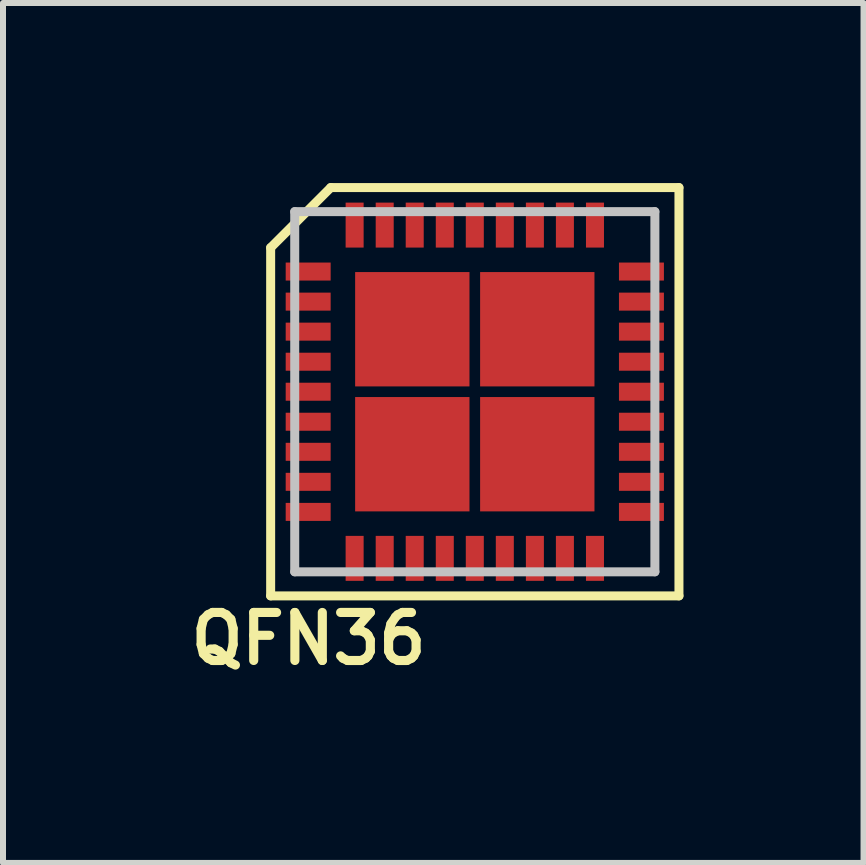
<source format=kicad_pcb>
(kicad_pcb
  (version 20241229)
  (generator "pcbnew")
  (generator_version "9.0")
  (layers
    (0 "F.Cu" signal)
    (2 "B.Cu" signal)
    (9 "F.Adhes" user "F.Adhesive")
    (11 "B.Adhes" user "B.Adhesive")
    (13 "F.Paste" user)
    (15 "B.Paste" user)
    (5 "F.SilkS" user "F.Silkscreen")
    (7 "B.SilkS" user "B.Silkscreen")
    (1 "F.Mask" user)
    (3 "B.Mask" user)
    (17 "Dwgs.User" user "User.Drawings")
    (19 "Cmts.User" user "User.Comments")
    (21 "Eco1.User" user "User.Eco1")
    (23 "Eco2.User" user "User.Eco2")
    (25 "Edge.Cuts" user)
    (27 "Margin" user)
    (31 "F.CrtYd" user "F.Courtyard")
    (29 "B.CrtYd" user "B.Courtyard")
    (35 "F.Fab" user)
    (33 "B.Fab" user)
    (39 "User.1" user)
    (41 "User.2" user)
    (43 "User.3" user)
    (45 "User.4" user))
  (footprint "QFN36"
    (layer "F.Cu")
    (at 4.86 3.476)
    (property "Reference" "QFN36" (at -2.769 4.115 0) (layer "F.SilkS") (effects (font (size 0.8 0.8) (thickness 0.152))))
    (attr smd)
    (fp_line (start -3.401 -2.4) (end -3.401 3.401) (stroke (width 0.15) (type solid)) (layer "F.SilkS"))
    (fp_line (start -2.4 -3.401) (end -3.401 -2.4) (stroke (width 0.15) (type solid)) (layer "F.SilkS"))
    (fp_line (start -2.4 -3.401) (end 3.401 -3.401) (stroke (width 0.15) (type solid)) (layer "F.SilkS"))
    (fp_line (start 3.401 -3.401) (end 3.401 3.401) (stroke (width 0.15) (type solid)) (layer "F.SilkS"))
    (fp_line (start 3.401 3.401) (end -3.401 3.401) (stroke (width 0.15) (type solid)) (layer "F.SilkS"))
    (fp_line (start -3 -3) (end 3 -3) (stroke (width 0.15) (type solid)) (layer "Dwgs.User"))
    (fp_line (start -3 3) (end -3 -3) (stroke (width 0.15) (type solid)) (layer "Dwgs.User"))
    (fp_line (start 3 -3) (end 3 3) (stroke (width 0.15) (type solid)) (layer "Dwgs.User"))
    (fp_line (start 3 3) (end -3 3) (stroke (width 0.15) (type solid)) (layer "Dwgs.User"))
    (pad "1" smd rect (at -2.776 -2.002 90) (size 0.3 0.749) (layers "F.Cu" "F.Mask" "F.Paste"))
    (pad "2" smd rect (at -2.776 -1.501 90) (size 0.3 0.749) (layers "F.Cu" "F.Mask" "F.Paste"))
    (pad "3" smd rect (at -2.776 -1.001 90) (size 0.3 0.749) (layers "F.Cu" "F.Mask" "F.Paste"))
    (pad "4" smd rect (at -2.776 -0.5 90) (size 0.3 0.749) (layers "F.Cu" "F.Mask" "F.Paste"))
    (pad "5" smd rect (at -2.776 0 90) (size 0.3 0.749) (layers "F.Cu" "F.Mask" "F.Paste"))
    (pad "6" smd rect (at -2.776 0.5 90) (size 0.3 0.749) (layers "F.Cu" "F.Mask" "F.Paste"))
    (pad "7" smd rect (at -2.776 1.001 90) (size 0.3 0.749) (layers "F.Cu" "F.Mask" "F.Paste"))
    (pad "8" smd rect (at -2.776 1.501 90) (size 0.3 0.749) (layers "F.Cu" "F.Mask" "F.Paste"))
    (pad "9" smd rect (at -2.776 2.002 90) (size 0.3 0.749) (layers "F.Cu" "F.Mask" "F.Paste"))
    (pad "10" smd rect (at -2.002 2.776) (size 0.3 0.749) (layers "F.Cu" "F.Mask" "F.Paste"))
    (pad "11" smd rect (at -1.501 2.776) (size 0.3 0.749) (layers "F.Cu" "F.Mask" "F.Paste"))
    (pad "12" smd rect (at -1.001 2.776) (size 0.3 0.749) (layers "F.Cu" "F.Mask" "F.Paste"))
    (pad "13" smd rect (at -0.5 2.776) (size 0.3 0.749) (layers "F.Cu" "F.Mask" "F.Paste"))
    (pad "14" smd rect (at 0 2.776) (size 0.3 0.749) (layers "F.Cu" "F.Mask" "F.Paste"))
    (pad "15" smd rect (at 0.5 2.776) (size 0.3 0.749) (layers "F.Cu" "F.Mask" "F.Paste"))
    (pad "16" smd rect (at 1.001 2.776) (size 0.3 0.749) (layers "F.Cu" "F.Mask" "F.Paste"))
    (pad "17" smd rect (at 1.501 2.776 90) (size 0.749 0.3) (layers "F.Cu" "F.Mask" "F.Paste"))
    (pad "18" smd rect (at 2.002 2.776 90) (size 0.749 0.3) (layers "F.Cu" "F.Mask" "F.Paste"))
    (pad "19" smd rect (at 2.776 2.002 90) (size 0.3 0.749) (layers "F.Cu" "F.Mask" "F.Paste"))
    (pad "20" smd rect (at 2.776 1.501 90) (size 0.3 0.749) (layers "F.Cu" "F.Mask" "F.Paste"))
    (pad "21" smd rect (at 2.776 1.001 90) (size 0.3 0.749) (layers "F.Cu" "F.Mask" "F.Paste"))
    (pad "22" smd rect (at 2.776 0.5 90) (size 0.3 0.749) (layers "F.Cu" "F.Mask" "F.Paste"))
    (pad "23" smd rect (at 2.776 0 90) (size 0.3 0.749) (layers "F.Cu" "F.Mask" "F.Paste"))
    (pad "24" smd rect (at 2.776 -0.5 90) (size 0.3 0.749) (layers "F.Cu" "F.Mask" "F.Paste"))
    (pad "25" smd rect (at 2.776 -1.001 90) (size 0.3 0.749) (layers "F.Cu" "F.Mask" "F.Paste"))
    (pad "26" smd rect (at 2.776 -1.501 90) (size 0.3 0.749) (layers "F.Cu" "F.Mask" "F.Paste"))
    (pad "27" smd rect (at 2.776 -2.002 90) (size 0.3 0.749) (layers "F.Cu" "F.Mask" "F.Paste"))
    (pad "28" smd rect (at 2.002 -2.776) (size 0.3 0.749) (layers "F.Cu" "F.Mask" "F.Paste"))
    (pad "29" smd rect (at 1.501 -2.776) (size 0.3 0.749) (layers "F.Cu" "F.Mask" "F.Paste"))
    (pad "30" smd rect (at 1.001 -2.776) (size 0.3 0.749) (layers "F.Cu" "F.Mask" "F.Paste"))
    (pad "31" smd rect (at 0.5 -2.776) (size 0.3 0.749) (layers "F.Cu" "F.Mask" "F.Paste"))
    (pad "32" smd rect (at 0 -2.776) (size 0.3 0.749) (layers "F.Cu" "F.Mask" "F.Paste"))
    (pad "33" smd rect (at -0.5 -2.776) (size 0.3 0.749) (layers "F.Cu" "F.Mask" "F.Paste"))
    (pad "34" smd rect (at -1.001 -2.776) (size 0.3 0.749) (layers "F.Cu" "F.Mask" "F.Paste"))
    (pad "35" smd rect (at -1.501 -2.776) (size 0.3 0.749) (layers "F.Cu" "F.Mask" "F.Paste"))
    (pad "36" smd rect (at -2.002 -2.776) (size 0.3 0.749) (layers "F.Cu" "F.Mask" "F.Paste"))
    (pad "37" smd rect (at -1.041 -1.041) (size 1.905 1.905) (layers "F.Cu" "F.Mask" "F.Paste"))
    (pad "37" smd rect (at -1.041 1.041) (size 1.905 1.905) (layers "F.Cu" "F.Mask" "F.Paste"))
    (pad "37" smd rect (at 1.041 -1.041) (size 1.905 1.905) (layers "F.Cu" "F.Mask" "F.Paste"))
    (pad "37" smd rect (at 1.041 1.041) (size 1.905 1.905) (layers "F.Cu" "F.Mask" "F.Paste")))
  (gr_rect
    (start -3 -3)
    (end 11.336 11.326)
    (stroke (width 0.1) (type default))
    (fill no)
    (layer "Edge.Cuts")))
</source>
